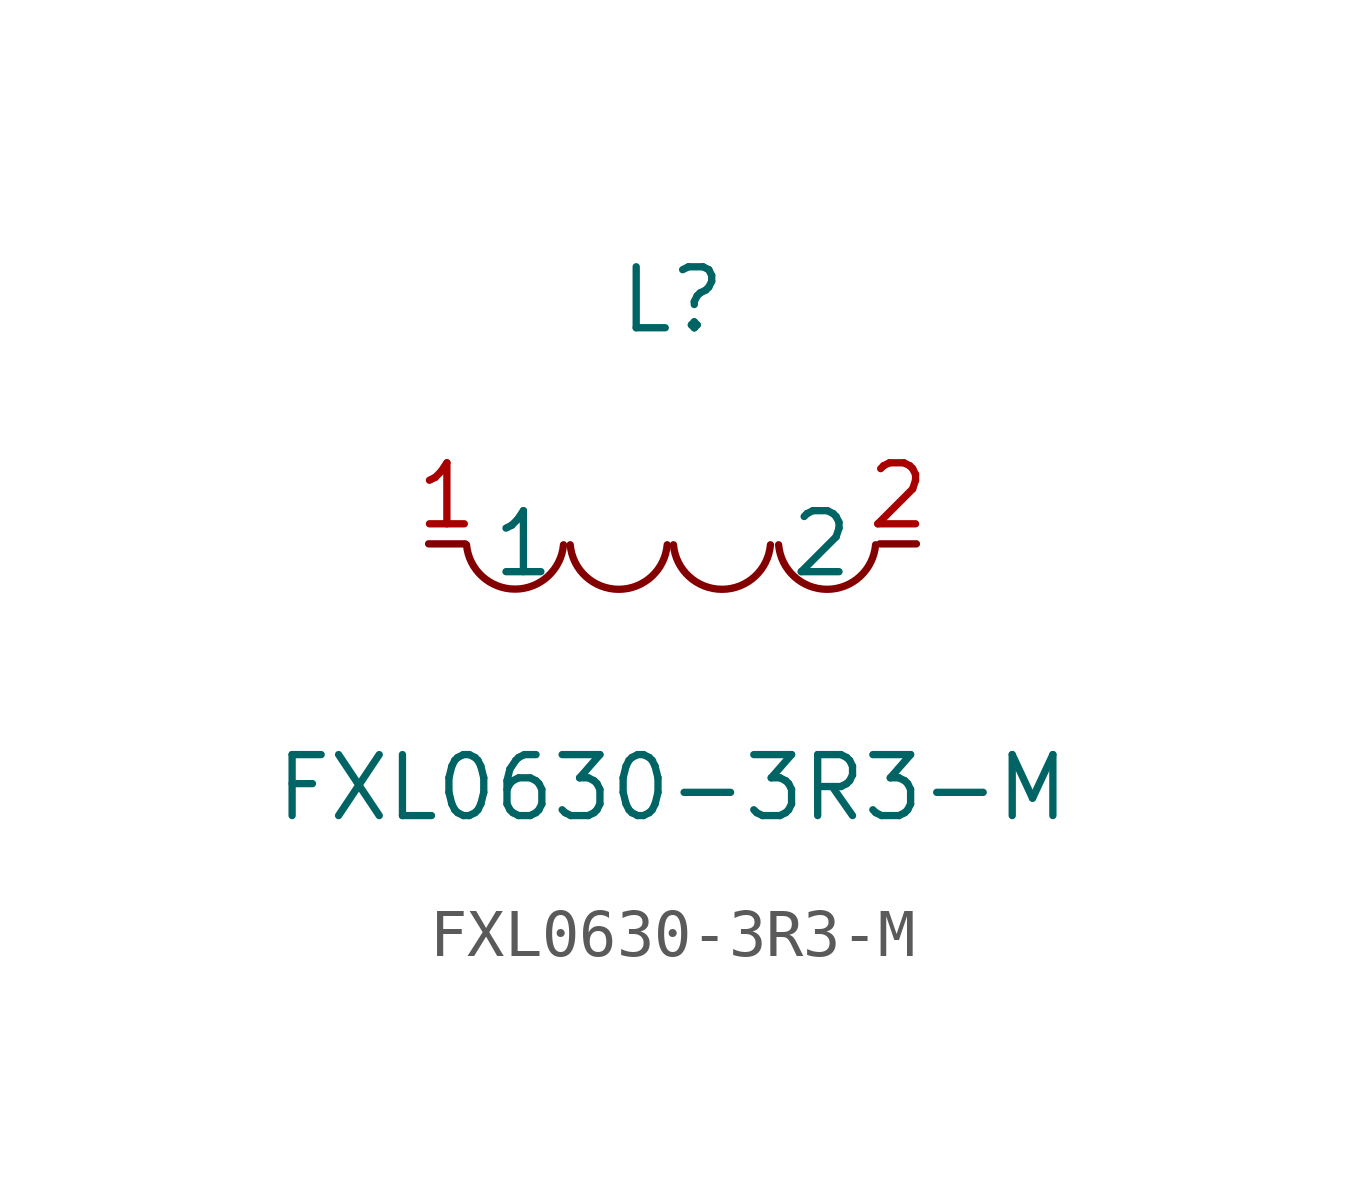
<source format=kicad_sym>
(kicad_symbol_lib
  (version 20211014)
  (generator https://github.com/uPesy/easyeda2kicad.py)
  (symbol "FXL0630-3R3-M"
    (property "Reference" "L"
      (at 0 5.08 0)
      (effects (font (size 1.27 1.27))))
    (property "Value" "FXL0630-3R3-M"
      (at 0 -5.08 0)
      (effects (font (size 1.27 1.27))))
    (symbol "FXL0630-3R3-M_0_1"
      (arc (start -4.29 -0.02) (mid -2.81 -1.01) (end -2.27 -0.02) (stroke (width 0) (type default) (color 0 0 0 0)) (fill (type none)))
      (arc (start -2.13 -0.02) (mid -0.66 -1.01) (end -0.11 -0.02) (stroke (width 0) (type default) (color 0 0 0 0)) (fill (type none)))
      (arc (start 0.02 -0.02) (mid 1.49 -1.01) (end 2.04 -0.02) (stroke (width 0) (type default) (color 0 0 0 0)) (fill (type none)))
      (arc (start 2.21 -0.02) (mid 3.68 -1.01) (end 4.23 -0.02) (stroke (width 0) (type default) (color 0 0 0 0)) (fill (type none)))
      (pin unspecified line (at 5.08 -0.00 180) (length 0.762) (name "2" (effects (font (size 1.27 1.27)))) (number "2" (effects (font (size 1.27 1.27)))))
      (pin unspecified line (at -5.08 -0.00 0) (length 0.762) (name "1" (effects (font (size 1.27 1.27)))) (number "1" (effects (font (size 1.27 1.27))))))))
</source>
